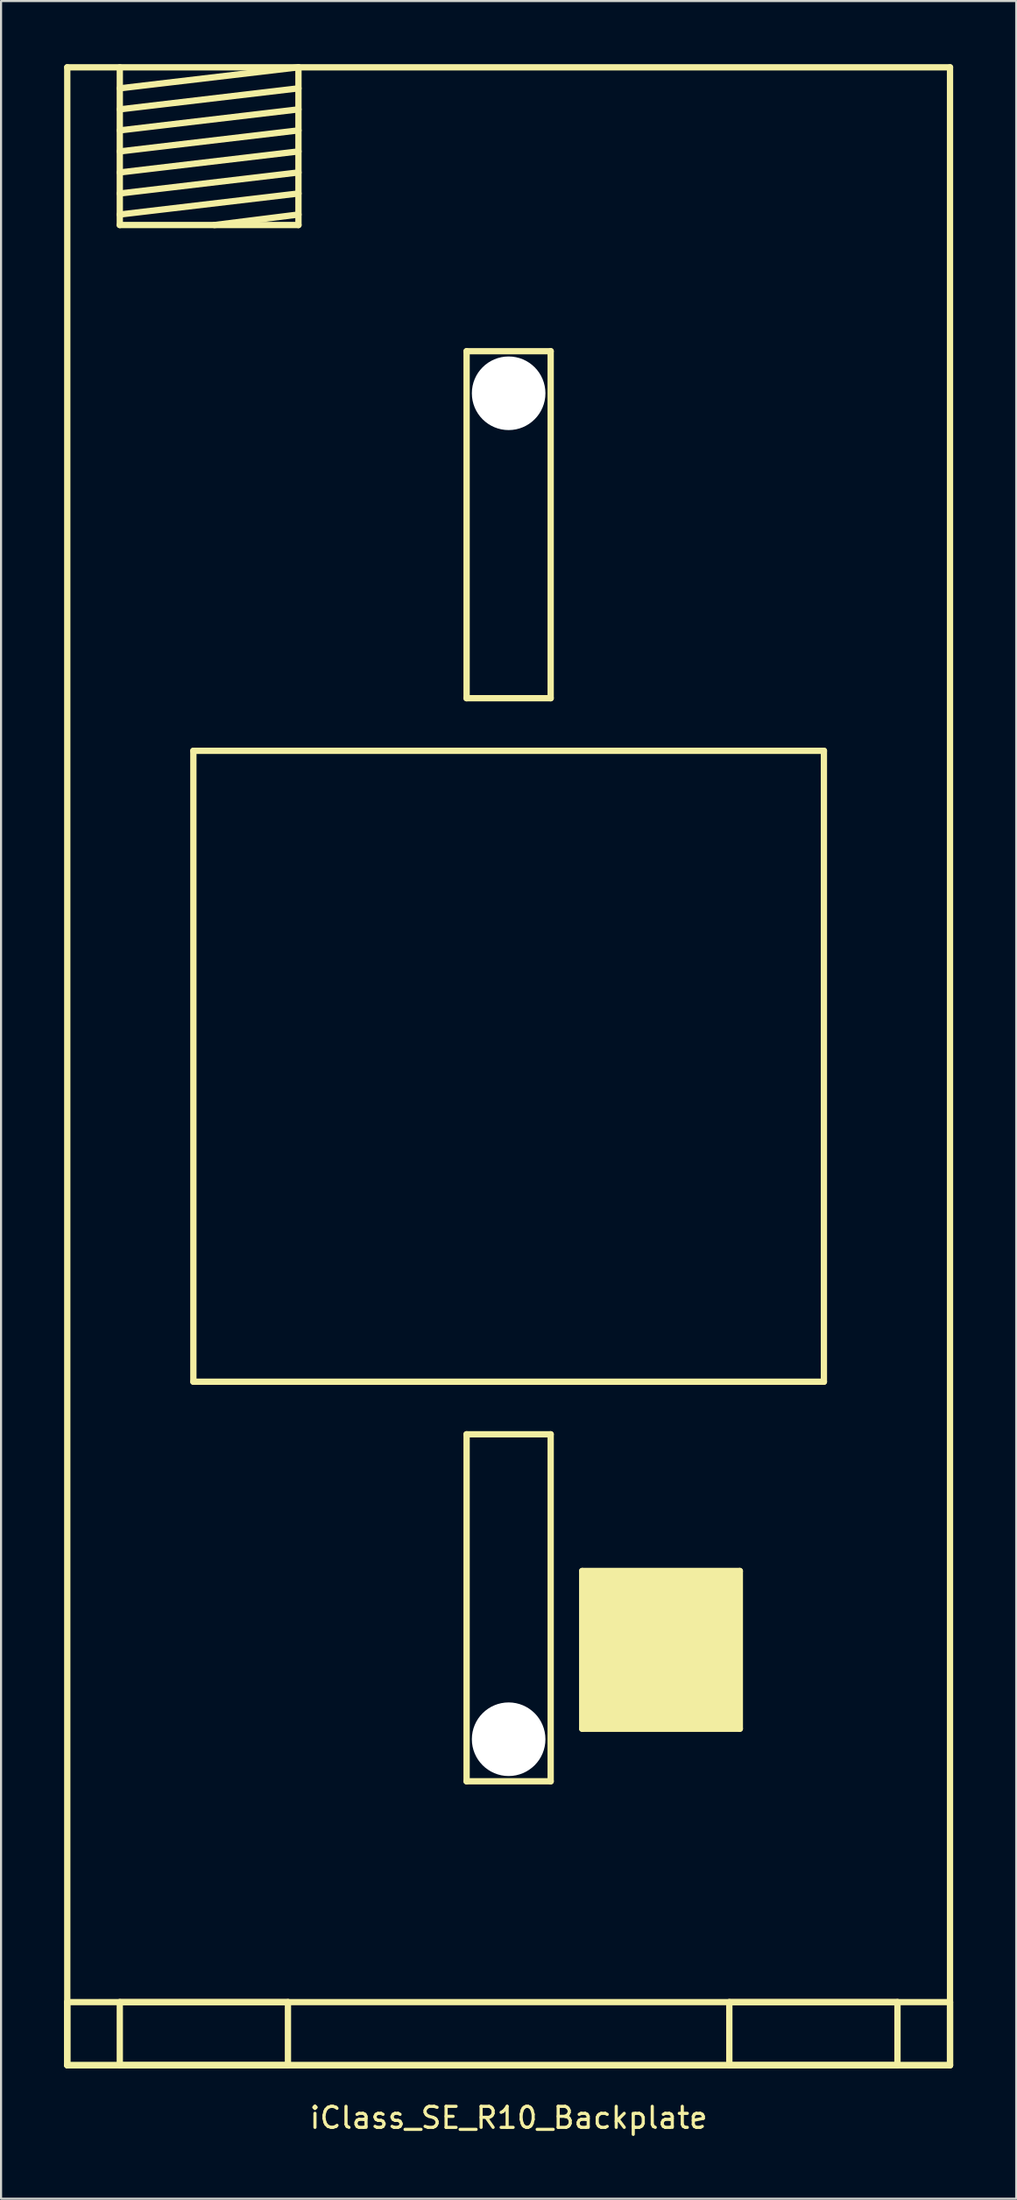
<source format=kicad_pcb>
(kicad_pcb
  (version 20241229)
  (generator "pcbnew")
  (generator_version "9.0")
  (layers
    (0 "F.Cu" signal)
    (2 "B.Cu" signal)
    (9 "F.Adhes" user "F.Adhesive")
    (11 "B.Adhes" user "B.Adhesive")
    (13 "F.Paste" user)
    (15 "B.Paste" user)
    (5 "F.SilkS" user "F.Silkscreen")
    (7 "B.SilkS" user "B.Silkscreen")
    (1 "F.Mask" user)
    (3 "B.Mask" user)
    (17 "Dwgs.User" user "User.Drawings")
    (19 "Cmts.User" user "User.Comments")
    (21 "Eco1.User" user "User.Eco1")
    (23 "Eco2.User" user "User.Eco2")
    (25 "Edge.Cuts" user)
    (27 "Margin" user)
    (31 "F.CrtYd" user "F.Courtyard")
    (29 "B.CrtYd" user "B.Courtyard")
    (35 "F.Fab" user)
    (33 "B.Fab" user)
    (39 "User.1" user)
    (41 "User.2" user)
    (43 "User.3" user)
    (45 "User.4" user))
  (footprint "iClass_SE_R10_Backplate"
    (layer "F.Cu")
    (at 21.15 47.65)
    (property "Reference" "iClass_SE_R10_Backplate" (at 0 50 0) (layer "F.SilkS") (effects (font (size 1 1) (thickness 0.15))))
    (attr through_hole)
    (fp_line (start -21 -47.5) (end -21 47.5) (stroke (width 0.3) (type solid)) (layer "F.SilkS"))
    (fp_line (start -21 44.5) (end -21 47.5) (stroke (width 0.3) (type solid)) (layer "F.SilkS"))
    (fp_line (start -21 47.5) (end 21 47.5) (stroke (width 0.3) (type solid)) (layer "F.SilkS"))
    (fp_line (start -21 47.5) (end 21 47.5) (stroke (width 0.3) (type solid)) (layer "F.SilkS"))
    (fp_line (start -18.5 -47.5) (end -18.5 -40) (stroke (width 0.3) (type solid)) (layer "F.SilkS"))
    (fp_line (start -18.5 -40) (end -10 -40) (stroke (width 0.3) (type solid)) (layer "F.SilkS"))
    (fp_line (start -18.5 44.5) (end -18.5 47.5) (stroke (width 0.3) (type solid)) (layer "F.SilkS"))
    (fp_line (start -18.5 47.5) (end -10.5 47.5) (stroke (width 0.3) (type solid)) (layer "F.SilkS"))
    (fp_line (start -15 -15) (end 15 -15) (stroke (width 0.3) (type solid)) (layer "F.SilkS"))
    (fp_line (start -15 15) (end -15 -15) (stroke (width 0.3) (type solid)) (layer "F.SilkS"))
    (fp_line (start -10.5 44.5) (end -18.5 44.5) (stroke (width 0.3) (type solid)) (layer "F.SilkS"))
    (fp_line (start -10.5 47.5) (end -10.5 44.5) (stroke (width 0.3) (type solid)) (layer "F.SilkS"))
    (fp_line (start -10 -47.5) (end -18.5 -46.5) (stroke (width 0.3) (type solid)) (layer "F.SilkS"))
    (fp_line (start -10 -46.5) (end -18.5 -45.5) (stroke (width 0.3) (type solid)) (layer "F.SilkS"))
    (fp_line (start -10 -45.5) (end -18.5 -44.5) (stroke (width 0.3) (type solid)) (layer "F.SilkS"))
    (fp_line (start -10 -44.5) (end -18.5 -43.5) (stroke (width 0.3) (type solid)) (layer "F.SilkS"))
    (fp_line (start -10 -43.5) (end -18.5 -42.5) (stroke (width 0.3) (type solid)) (layer "F.SilkS"))
    (fp_line (start -10 -42.5) (end -18.5 -41.5) (stroke (width 0.3) (type solid)) (layer "F.SilkS"))
    (fp_line (start -10 -41.5) (end -18.5 -40.5) (stroke (width 0.3) (type solid)) (layer "F.SilkS"))
    (fp_line (start -10 -40.5) (end -14 -40) (stroke (width 0.3) (type solid)) (layer "F.SilkS"))
    (fp_line (start -10 -40) (end -10 -47.5) (stroke (width 0.3) (type solid)) (layer "F.SilkS"))
    (fp_line (start -2 -34) (end -2 -17.5) (stroke (width 0.3) (type solid)) (layer "F.SilkS"))
    (fp_line (start -2 -17.5) (end 2 -17.5) (stroke (width 0.3) (type solid)) (layer "F.SilkS"))
    (fp_line (start -2 17.5) (end -2 34) (stroke (width 0.3) (type solid)) (layer "F.SilkS"))
    (fp_line (start -2 34) (end 2 34) (stroke (width 0.3) (type solid)) (layer "F.SilkS"))
    (fp_line (start 2 -34) (end -2 -34) (stroke (width 0.3) (type solid)) (layer "F.SilkS"))
    (fp_line (start 2 -17.5) (end 2 -34) (stroke (width 0.3) (type solid)) (layer "F.SilkS"))
    (fp_line (start 2 17.5) (end -2 17.5) (stroke (width 0.3) (type solid)) (layer "F.SilkS"))
    (fp_line (start 2 34) (end 2 17.5) (stroke (width 0.3) (type solid)) (layer "F.SilkS"))
    (fp_line (start 3.5 24) (end 11 24) (stroke (width 0.3) (type solid)) (layer "F.SilkS"))
    (fp_line (start 3.5 31.5) (end 3.5 24) (stroke (width 0.3) (type solid)) (layer "F.SilkS"))
    (fp_line (start 10.5 44.5) (end 10.5 47.5) (stroke (width 0.3) (type solid)) (layer "F.SilkS"))
    (fp_line (start 10.5 47.5) (end 18.5 47.5) (stroke (width 0.3) (type solid)) (layer "F.SilkS"))
    (fp_line (start 11 24) (end 11 31.5) (stroke (width 0.3) (type solid)) (layer "F.SilkS"))
    (fp_line (start 11 31.5) (end 3.5 31.5) (stroke (width 0.3) (type solid)) (layer "F.SilkS"))
    (fp_line (start 15 -15) (end 15 15) (stroke (width 0.3) (type solid)) (layer "F.SilkS"))
    (fp_line (start 15 15) (end -15 15) (stroke (width 0.3) (type solid)) (layer "F.SilkS"))
    (fp_line (start 18.5 44.5) (end 10.5 44.5) (stroke (width 0.3) (type solid)) (layer "F.SilkS"))
    (fp_line (start 18.5 47.5) (end 18.5 44.5) (stroke (width 0.3) (type solid)) (layer "F.SilkS"))
    (fp_line (start 21 -47.5) (end -21 -47.5) (stroke (width 0.3) (type solid)) (layer "F.SilkS"))
    (fp_line (start 21 44.5) (end -21 44.5) (stroke (width 0.3) (type solid)) (layer "F.SilkS"))
    (fp_line (start 21 47.5) (end 21 -47.5) (stroke (width 0.3) (type solid)) (layer "F.SilkS"))
    (fp_line (start 21 47.5) (end 21 44.5) (stroke (width 0.3) (type solid)) (layer "F.SilkS"))
    (fp_poly (pts (xy 3.5 24) (xy 11 24) (xy 11 31.5) (xy 3.5 31.5)) (stroke (width 0.15) (type solid)) (fill yes) (layer "F.SilkS"))
    (pad "" np_thru_hole circle (at 0 -32) (size 3.5 3.5) (drill 3.5) (layers "*.Cu" "*.Mask"))
    (pad "" np_thru_hole circle (at 0 32) (size 3.5 3.5) (drill 3.5) (layers "*.Cu" "*.Mask")))
  (gr_rect
    (start -3 -3)
    (end 45.3 101.498)
    (stroke (width 0.1) (type default))
    (fill no)
    (layer "Edge.Cuts")))
</source>
